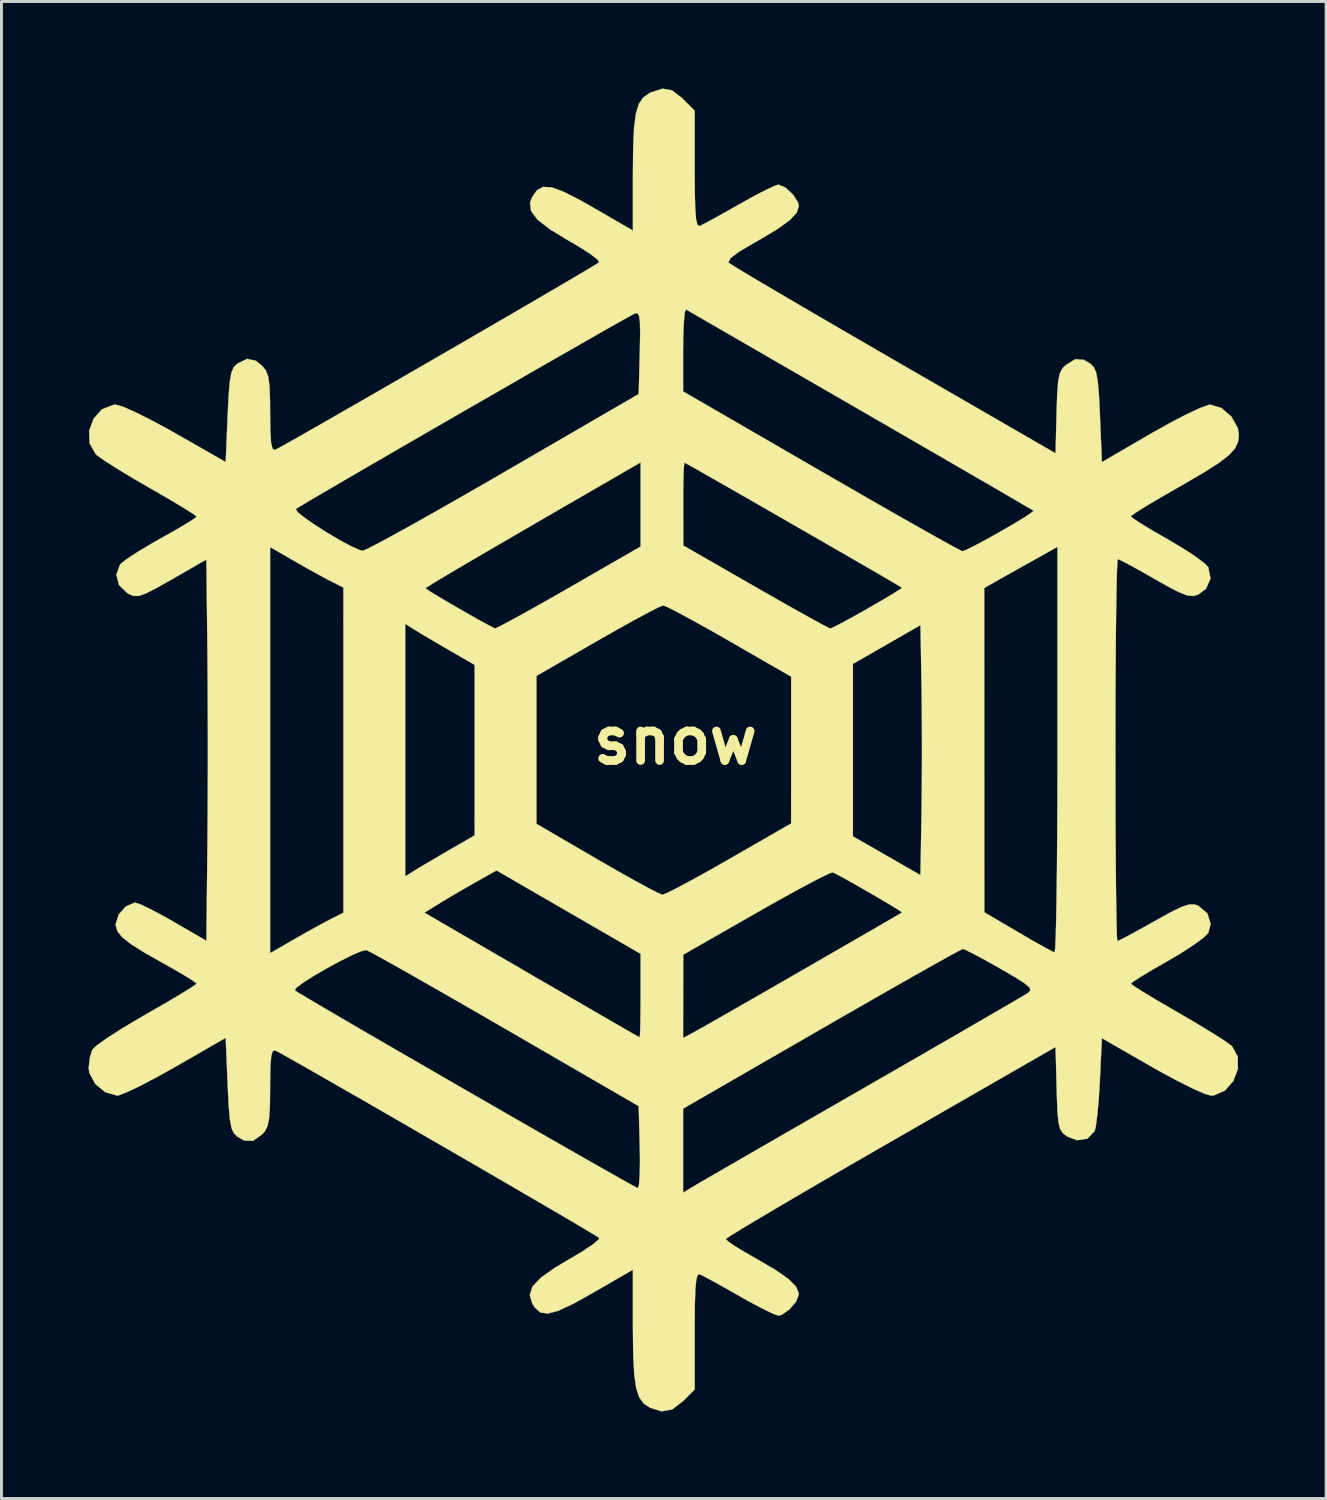
<source format=kicad_pcb>
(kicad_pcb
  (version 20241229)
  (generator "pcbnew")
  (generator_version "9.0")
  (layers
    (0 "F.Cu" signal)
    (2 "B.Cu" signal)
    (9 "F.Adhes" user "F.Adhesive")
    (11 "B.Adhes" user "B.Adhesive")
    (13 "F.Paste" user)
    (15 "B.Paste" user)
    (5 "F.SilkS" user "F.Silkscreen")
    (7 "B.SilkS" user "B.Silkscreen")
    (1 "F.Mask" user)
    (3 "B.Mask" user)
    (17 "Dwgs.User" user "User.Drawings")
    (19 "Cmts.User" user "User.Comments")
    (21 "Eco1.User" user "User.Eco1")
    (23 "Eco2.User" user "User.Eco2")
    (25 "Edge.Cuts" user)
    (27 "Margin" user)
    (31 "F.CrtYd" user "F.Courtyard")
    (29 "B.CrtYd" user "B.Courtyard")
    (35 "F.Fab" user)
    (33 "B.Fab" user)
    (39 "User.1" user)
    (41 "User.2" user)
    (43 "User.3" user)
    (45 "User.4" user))
  (footprint "snow"
    (layer "F.Cu")
    (at 20.219 22.462)
    (property "Reference" "snow" (at 0 0 0) (layer "F.SilkS") (effects (font (size 1.524 1.524) (thickness 0.3))))
    (attr through_hole)
    (fp_poly (pts (xy -0.123 -22.402) (xy 0.218 -22.143) (xy 0.276 -22.086) (xy 0.665 -21.697) (xy 0.665 -19.678) (xy 0.669 -18.881) (xy 0.685 -18.319) (xy 0.713 -17.959) (xy 0.758 -17.77) (xy 0.823 -17.721) (xy 0.838 -17.725) (xy 1.021 -17.816) (xy 1.376 -18.009) (xy 1.846 -18.272) (xy 2.195 -18.47) (xy 2.708 -18.755) (xy 3.145 -18.981) (xy 3.45 -19.12) (xy 3.552 -19.15) (xy 3.795 -19.047) (xy 4.054 -18.807) (xy 4.23 -18.534) (xy 4.255 -18.418) (xy 4.183 -18.189) (xy 3.946 -17.931) (xy 3.52 -17.622) (xy 2.878 -17.239) (xy 2.736 -17.16) (xy 2.203 -16.847) (xy 1.904 -16.623) (xy 1.829 -16.48) (xy 1.845 -16.454) (xy 1.985 -16.361) (xy 2.332 -16.15) (xy 2.864 -15.832) (xy 3.558 -15.423) (xy 4.39 -14.935) (xy 5.338 -14.382) (xy 6.379 -13.777) (xy 7.489 -13.134) (xy 7.541 -13.104) (xy 13.099 -9.893) (xy 13.134 -11.296) (xy 13.155 -11.937) (xy 13.189 -12.368) (xy 13.245 -12.643) (xy 13.335 -12.819) (xy 13.448 -12.933) (xy 13.778 -13.136) (xy 14.074 -13.114) (xy 14.304 -12.977) (xy 14.416 -12.863) (xy 14.496 -12.683) (xy 14.551 -12.387) (xy 14.592 -11.927) (xy 14.626 -11.253) (xy 14.628 -11.189) (xy 14.695 -9.59) (xy 16.398 -10.58) (xy 17.025 -10.932) (xy 17.595 -11.228) (xy 18.058 -11.446) (xy 18.365 -11.559) (xy 18.432 -11.57) (xy 18.816 -11.452) (xy 19.158 -11.157) (xy 19.377 -10.768) (xy 19.416 -10.537) (xy 19.387 -10.291) (xy 19.282 -10.064) (xy 19.068 -9.828) (xy 18.715 -9.557) (xy 18.192 -9.224) (xy 17.469 -8.802) (xy 17.305 -8.709) (xy 16.723 -8.374) (xy 16.234 -8.084) (xy 15.881 -7.863) (xy 15.704 -7.737) (xy 15.692 -7.721) (xy 15.801 -7.63) (xy 16.095 -7.44) (xy 16.528 -7.181) (xy 16.958 -6.934) (xy 17.49 -6.619) (xy 17.939 -6.324) (xy 18.251 -6.085) (xy 18.362 -5.965) (xy 18.437 -5.58) (xy 18.282 -5.228) (xy 18.013 -5.026) (xy 17.839 -4.976) (xy 17.632 -4.999) (xy 17.341 -5.113) (xy 16.913 -5.337) (xy 16.511 -5.566) (xy 16.01 -5.851) (xy 15.596 -6.078) (xy 15.323 -6.218) (xy 15.243 -6.25) (xy 15.227 -6.121) (xy 15.211 -5.752) (xy 15.198 -5.167) (xy 15.185 -4.392) (xy 15.175 -3.453) (xy 15.168 -2.374) (xy 15.162 -1.181) (xy 15.16 0.101) (xy 15.16 0.332) (xy 15.162 1.627) (xy 15.165 2.838) (xy 15.171 3.939) (xy 15.179 4.904) (xy 15.189 5.71) (xy 15.2 6.33) (xy 15.212 6.739) (xy 15.225 6.911) (xy 15.228 6.915) (xy 15.364 6.853) (xy 15.68 6.687) (xy 16.123 6.443) (xy 16.497 6.232) (xy 17.056 5.922) (xy 17.441 5.734) (xy 17.703 5.65) (xy 17.895 5.651) (xy 18.014 5.692) (xy 18.33 5.956) (xy 18.441 6.322) (xy 18.362 6.63) (xy 18.194 6.798) (xy 17.845 7.053) (xy 17.372 7.357) (xy 16.958 7.599) (xy 16.447 7.893) (xy 16.035 8.14) (xy 15.769 8.313) (xy 15.694 8.378) (xy 15.803 8.464) (xy 16.103 8.656) (xy 16.552 8.927) (xy 17.108 9.252) (xy 17.322 9.375) (xy 17.931 9.731) (xy 18.472 10.059) (xy 18.894 10.329) (xy 19.148 10.509) (xy 19.182 10.539) (xy 19.377 10.898) (xy 19.379 11.322) (xy 19.221 11.736) (xy 18.934 12.063) (xy 18.552 12.228) (xy 18.451 12.235) (xy 18.229 12.17) (xy 17.827 11.993) (xy 17.297 11.728) (xy 16.686 11.398) (xy 16.417 11.246) (xy 14.695 10.256) (xy 14.624 11.744) (xy 14.586 12.366) (xy 14.537 12.905) (xy 14.486 13.295) (xy 14.445 13.46) (xy 14.197 13.717) (xy 13.839 13.773) (xy 13.496 13.642) (xy 13.353 13.532) (xy 13.258 13.389) (xy 13.199 13.16) (xy 13.165 12.791) (xy 13.143 12.227) (xy 13.137 11.995) (xy 13.099 10.56) (xy 7.42 13.824) (xy 6.299 14.47) (xy 5.251 15.077) (xy 4.299 15.632) (xy 3.464 16.123) (xy 2.768 16.535) (xy 2.234 16.857) (xy 1.883 17.074) (xy 1.738 17.175) (xy 1.735 17.179) (xy 1.841 17.279) (xy 2.128 17.47) (xy 2.545 17.718) (xy 2.747 17.831) (xy 3.43 18.229) (xy 3.891 18.55) (xy 4.157 18.816) (xy 4.254 19.05) (xy 4.255 19.083) (xy 4.157 19.336) (xy 3.926 19.605) (xy 3.663 19.788) (xy 3.552 19.815) (xy 3.37 19.752) (xy 3.016 19.582) (xy 2.548 19.334) (xy 2.195 19.135) (xy 1.681 18.843) (xy 1.242 18.6) (xy 0.938 18.438) (xy 0.838 18.39) (xy 0.769 18.415) (xy 0.721 18.574) (xy 0.689 18.898) (xy 0.671 19.419) (xy 0.665 20.167) (xy 0.665 20.343) (xy 0.665 22.362) (xy 0.276 22.751) (xy -0.111 23.049) (xy -0.487 23.113) (xy -0.882 22.984) (xy -1.092 22.844) (xy -1.246 22.63) (xy -1.352 22.306) (xy -1.418 21.833) (xy -1.452 21.173) (xy -1.463 20.288) (xy -1.463 20.215) (xy -1.463 18.233) (xy -2.85 19.036) (xy -3.533 19.416) (xy -4.036 19.65) (xy -4.396 19.744) (xy -4.652 19.706) (xy -4.841 19.54) (xy -4.934 19.39) (xy -5.015 19.1) (xy -4.921 18.813) (xy -4.633 18.506) (xy -4.128 18.152) (xy -3.667 17.88) (xy -3.195 17.6) (xy -2.839 17.361) (xy -2.644 17.193) (xy -2.625 17.138) (xy -2.757 17.053) (xy -3.093 16.851) (xy -3.604 16.549) (xy -4.263 16.162) (xy -5.043 15.707) (xy -5.916 15.199) (xy -6.854 14.654) (xy -7.831 14.088) (xy -8.818 13.517) (xy -9.788 12.957) (xy -10.713 12.423) (xy -11.567 11.933) (xy -12.321 11.501) (xy -12.948 11.144) (xy -13.42 10.877) (xy -13.71 10.717) (xy -13.789 10.677) (xy -13.871 10.702) (xy -13.924 10.874) (xy -13.953 11.232) (xy -13.963 11.811) (xy -13.963 11.954) (xy -13.97 12.585) (xy -13.996 13.009) (xy -14.051 13.283) (xy -14.144 13.467) (xy -14.229 13.564) (xy -14.551 13.795) (xy -14.862 13.782) (xy -15.102 13.642) (xy -15.214 13.529) (xy -15.293 13.349) (xy -15.349 13.054) (xy -15.389 12.595) (xy -15.423 11.923) (xy -15.426 11.849) (xy -15.493 10.244) (xy -17.221 11.239) (xy -17.849 11.59) (xy -18.414 11.887) (xy -18.869 12.105) (xy -19.164 12.222) (xy -19.232 12.235) (xy -19.639 12.12) (xy -19.987 11.832) (xy -20.191 11.452) (xy -20.214 11.285) (xy -20.171 10.911) (xy -20.086 10.649) (xy -19.93 10.502) (xy -19.584 10.257) (xy -19.095 9.942) (xy -18.506 9.588) (xy -18.227 9.428) (xy -17.623 9.081) (xy -17.111 8.778) (xy -16.833 8.608) (xy -13.113 8.608) (xy -12.98 8.694) (xy -12.643 8.896) (xy -12.131 9.198) (xy -11.469 9.586) (xy -10.683 10.044) (xy -9.801 10.556) (xy -8.849 11.107) (xy -7.853 11.683) (xy -6.84 12.267) (xy -5.837 12.844) (xy -4.87 13.4) (xy -3.965 13.918) (xy -3.149 14.384) (xy -2.449 14.782) (xy -1.891 15.097) (xy -1.502 15.314) (xy -1.308 15.416) (xy -1.292 15.423) (xy -1.253 15.301) (xy -1.228 14.967) (xy -1.219 14.476) (xy -1.226 14.013) (xy -1.261 12.684) (xy 0.266 12.684) (xy 0.266 15.581) (xy 0.698 15.32) (xy 0.9 15.202) (xy 1.307 14.965) (xy 1.895 14.625) (xy 2.638 14.196) (xy 3.512 13.693) (xy 4.49 13.129) (xy 5.55 12.519) (xy 6.516 11.963) (xy 7.616 11.33) (xy 8.651 10.733) (xy 9.597 10.187) (xy 10.429 9.706) (xy 11.124 9.302) (xy 11.658 8.991) (xy 12.007 8.786) (xy 12.143 8.703) (xy 12.229 8.617) (xy 12.205 8.515) (xy 12.038 8.37) (xy 11.699 8.153) (xy 11.197 7.861) (xy 10.692 7.577) (xy 10.272 7.352) (xy 9.991 7.212) (xy 9.906 7.181) (xy 9.773 7.246) (xy 9.433 7.429) (xy 8.913 7.719) (xy 8.237 8.1) (xy 7.429 8.559) (xy 6.515 9.082) (xy 5.517 9.655) (xy 5.035 9.933) (xy 0.266 12.684) (xy -1.261 12.684) (xy -1.263 12.599) (xy -5.317 10.249) (xy 0.266 10.249) (xy 0.565 10.093) (xy 0.753 9.988) (xy 1.141 9.769) (xy 1.695 9.453) (xy 2.385 9.058) (xy 3.18 8.602) (xy 4.048 8.102) (xy 4.322 7.945) (xy 5.19 7.444) (xy 5.98 6.988) (xy 6.665 6.593) (xy 7.214 6.275) (xy 7.6 6.05) (xy 7.794 5.936) (xy 7.812 5.925) (xy 7.717 5.856) (xy 7.448 5.69) (xy 7.062 5.461) (xy 6.617 5.202) (xy 6.17 4.947) (xy 5.78 4.729) (xy 5.503 4.581) (xy 5.422 4.542) (xy 5.28 4.592) (xy 4.942 4.757) (xy 4.444 5.019) (xy 3.82 5.36) (xy 3.106 5.76) (xy 2.791 5.939) (xy 0.27 7.381) (xy 0.266 10.249) (xy -5.317 10.249) (xy -5.851 9.939) (xy -6.863 9.355) (xy -7.807 8.812) (xy -8.659 8.325) (xy -9.392 7.909) (xy -9.98 7.578) (xy -10.398 7.348) (xy -10.62 7.232) (xy -10.645 7.222) (xy -10.823 7.26) (xy -11.15 7.4) (xy -11.571 7.611) (xy -12.03 7.861) (xy -12.469 8.117) (xy -12.833 8.349) (xy -13.064 8.524) (xy -13.113 8.608) (xy -16.833 8.608) (xy -16.73 8.545) (xy -16.522 8.405) (xy -16.495 8.378) (xy -16.603 8.289) (xy -16.894 8.106) (xy -17.316 7.86) (xy -17.578 7.713) (xy -18.255 7.33) (xy -13.963 7.33) (xy -13.132 6.849) (xy -12.645 6.572) (xy -12.184 6.319) (xy -11.869 6.152) (xy -11.437 5.935) (xy -11.437 5.932) (xy -8.646 5.932) (xy -4.955 8.078) (xy -4.058 8.598) (xy -3.238 9.074) (xy -2.522 9.489) (xy -1.937 9.827) (xy -1.511 10.072) (xy -1.272 10.208) (xy -1.23 10.231) (xy -1.217 10.111) (xy -1.206 9.778) (xy -1.199 9.287) (xy -1.197 8.795) (xy -1.197 7.35) (xy -3.679 5.914) (xy -6.16 4.478) (xy -6.837 4.856) (xy -7.341 5.143) (xy -7.858 5.448) (xy -8.08 5.583) (xy -8.646 5.932) (xy -11.437 5.932) (xy -11.437 4.685) (xy -9.309 4.685) (xy -9.01 4.496) (xy -8.75 4.338) (xy -8.342 4.096) (xy -7.869 3.821) (xy -7.813 3.788) (xy -6.915 3.269) (xy -6.915 -2.224) (xy -4.787 -2.224) (xy -4.787 2.872) (xy -2.693 4.092) (xy -2.016 4.482) (xy -1.412 4.821) (xy -0.922 5.087) (xy -0.585 5.259) (xy -0.443 5.316) (xy -0.283 5.253) (xy 0.067 5.077) (xy 0.569 4.809) (xy 1.183 4.469) (xy 1.851 4.089) (xy 3.988 2.859) (xy 3.989 0.33) (xy 3.99 -2.199) (xy 3.227 -2.638) (xy 6.117 -2.638) (xy 6.117 3.303) (xy 7.281 3.971) (xy 8.445 4.64) (xy 8.481 2.444) (xy 8.492 1.475) (xy 8.496 0.378) (xy 8.493 -0.722) (xy 8.484 -1.703) (xy 8.481 -1.863) (xy 8.445 -3.975) (xy 7.281 -3.306) (xy 6.117 -2.638) (xy 3.227 -2.638) (xy 1.859 -3.426) (xy 1.175 -3.816) (xy 0.567 -4.154) (xy 0.071 -4.421) (xy -0.271 -4.595) (xy -0.42 -4.654) (xy -0.578 -4.591) (xy -0.925 -4.414) (xy -1.424 -4.145) (xy -2.035 -3.805) (xy -2.678 -3.439) (xy -4.787 -2.224) (xy -6.915 -2.224) (xy -6.915 -2.604) (xy -7.813 -3.123) (xy -8.288 -3.4) (xy -8.708 -3.648) (xy -8.989 -3.818) (xy -9.01 -3.831) (xy -9.309 -4.02) (xy -9.309 4.685) (xy -11.437 4.685) (xy -11.437 -5.241) (xy -8.609 -5.241) (xy -8.46 -5.14) (xy -8.147 -4.949) (xy -7.731 -4.703) (xy -7.272 -4.438) (xy -6.831 -4.188) (xy -6.47 -3.989) (xy -6.249 -3.875) (xy -6.211 -3.861) (xy -6.07 -3.923) (xy -5.733 -4.1) (xy -5.237 -4.371) (xy -4.617 -4.718) (xy -3.908 -5.121) (xy -3.651 -5.269) (xy -1.197 -6.681) (xy -1.197 -8.145) (xy 0.27 -8.145) (xy 0.274 -6.716) (xy 2.763 -5.287) (xy 3.499 -4.867) (xy 4.156 -4.496) (xy 4.701 -4.192) (xy 5.097 -3.976) (xy 5.312 -3.867) (xy 5.338 -3.857) (xy 5.483 -3.919) (xy 5.805 -4.087) (xy 6.252 -4.333) (xy 6.631 -4.547) (xy 7.125 -4.833) (xy 7.515 -5.066) (xy 7.755 -5.219) (xy 7.797 -5.253) (xy 10.64 -5.253) (xy 10.642 0.332) (xy 10.643 5.918) (xy 11.805 6.603) (xy 12.302 6.892) (xy 12.714 7.123) (xy 12.987 7.268) (xy 13.066 7.301) (xy 13.085 7.175) (xy 13.103 6.807) (xy 13.119 6.222) (xy 13.133 5.445) (xy 13.146 4.499) (xy 13.155 3.411) (xy 13.162 2.203) (xy 13.165 0.9) (xy 13.165 0.321) (xy 13.165 -6.672) (xy 12.279 -6.176) (xy 11.79 -5.902) (xy 11.342 -5.651) (xy 11.028 -5.473) (xy 11.017 -5.467) (xy 10.64 -5.253) (xy 7.797 -5.253) (xy 7.809 -5.263) (xy 7.681 -5.341) (xy 7.358 -5.53) (xy 6.873 -5.813) (xy 6.258 -6.169) (xy 5.547 -6.579) (xy 4.774 -7.025) (xy 3.971 -7.487) (xy 3.172 -7.946) (xy 2.41 -8.384) (xy 1.718 -8.78) (xy 1.129 -9.116) (xy 0.676 -9.373) (xy 0.394 -9.532) (xy 0.312 -9.575) (xy 0.294 -9.451) (xy 0.28 -9.115) (xy 0.271 -8.622) (xy 0.27 -8.145) (xy -1.197 -8.145) (xy -1.197 -9.58) (xy -1.835 -9.212) (xy -3.402 -8.306) (xy -4.746 -7.527) (xy -5.876 -6.871) (xy -6.799 -6.333) (xy -7.523 -5.907) (xy -8.056 -5.591) (xy -8.407 -5.378) (xy -8.584 -5.264) (xy -8.609 -5.241) (xy -11.437 -5.241) (xy -11.437 -5.27) (xy -11.869 -5.487) (xy -12.209 -5.667) (xy -12.673 -5.923) (xy -13.132 -6.184) (xy -13.963 -6.665) (xy -13.963 7.33) (xy -18.255 7.33) (xy -18.265 7.324) (xy -18.745 7.024) (xy -19.052 6.785) (xy -19.219 6.581) (xy -19.28 6.384) (xy -19.283 6.328) (xy -19.18 5.998) (xy -18.933 5.718) (xy -18.635 5.589) (xy -18.607 5.588) (xy -18.417 5.653) (xy -18.058 5.825) (xy -17.59 6.075) (xy -17.288 6.247) (xy -16.158 6.902) (xy -16.122 3.575) (xy -16.113 2.397) (xy -16.108 1.065) (xy -16.108 -0.319) (xy -16.112 -1.655) (xy -16.12 -2.841) (xy -16.122 -2.994) (xy -16.158 -6.235) (xy -17.342 -5.555) (xy -17.88 -5.251) (xy -18.244 -5.065) (xy -18.487 -4.98) (xy -18.665 -4.979) (xy -18.829 -5.046) (xy -18.871 -5.069) (xy -19.167 -5.353) (xy -19.261 -5.711) (xy -19.132 -6.058) (xy -19.101 -6.095) (xy -18.902 -6.251) (xy -18.529 -6.494) (xy -18.042 -6.786) (xy -17.696 -6.982) (xy -17.198 -7.263) (xy -16.8 -7.5) (xy -16.552 -7.66) (xy -16.493 -7.713) (xy -16.602 -7.799) (xy -16.877 -7.974) (xy -13.078 -7.974) (xy -13.02 -7.873) (xy -12.783 -7.68) (xy -12.424 -7.431) (xy -11.997 -7.159) (xy -11.56 -6.9) (xy -11.167 -6.689) (xy -10.874 -6.559) (xy -10.772 -6.535) (xy -10.617 -6.599) (xy -10.258 -6.784) (xy -9.72 -7.074) (xy -9.03 -7.456) (xy -8.212 -7.917) (xy -7.292 -8.441) (xy -6.296 -9.014) (xy -5.918 -9.233) (xy -1.263 -11.936) (xy -1.225 -13.365) (xy -1.224 -13.468) (xy 0.266 -13.468) (xy 0.266 -12.026) (xy 5.02 -9.274) (xy 6.046 -8.682) (xy 7.001 -8.133) (xy 7.861 -7.642) (xy 8.602 -7.223) (xy 9.198 -6.889) (xy 9.624 -6.654) (xy 9.857 -6.533) (xy 9.892 -6.519) (xy 10.05 -6.58) (xy 10.383 -6.748) (xy 10.837 -6.993) (xy 11.196 -7.196) (xy 11.684 -7.48) (xy 12.066 -7.714) (xy 12.296 -7.869) (xy 12.342 -7.915) (xy 12.222 -7.987) (xy 11.894 -8.179) (xy 11.379 -8.48) (xy 10.698 -8.875) (xy 9.874 -9.353) (xy 8.928 -9.901) (xy 7.883 -10.506) (xy 6.758 -11.156) (xy 6.383 -11.373) (xy 5.236 -12.036) (xy 4.159 -12.658) (xy 3.172 -13.228) (xy 2.3 -13.733) (xy 1.562 -14.159) (xy 0.983 -14.494) (xy 0.582 -14.725) (xy 0.383 -14.841) (xy 0.366 -14.851) (xy 0.326 -14.752) (xy 0.293 -14.438) (xy 0.272 -13.96) (xy 0.266 -13.468) (xy -1.224 -13.468) (xy -1.214 -14.002) (xy -1.221 -14.414) (xy -1.254 -14.642) (xy -1.315 -14.726) (xy -1.38 -14.719) (xy -1.533 -14.639) (xy -1.888 -14.441) (xy -2.417 -14.142) (xy -3.095 -13.756) (xy -3.893 -13.299) (xy -4.786 -12.788) (xy -5.745 -12.236) (xy -6.744 -11.661) (xy -7.756 -11.078) (xy -8.754 -10.501) (xy -9.711 -9.947) (xy -10.6 -9.432) (xy -11.394 -8.97) (xy -12.065 -8.578) (xy -12.588 -8.271) (xy -12.934 -8.065) (xy -13.077 -7.975) (xy -13.078 -7.974) (xy -16.877 -7.974) (xy -16.901 -7.99) (xy -17.349 -8.259) (xy -17.905 -8.582) (xy -18.108 -8.698) (xy -18.717 -9.052) (xy -19.259 -9.38) (xy -19.683 -9.651) (xy -19.937 -9.833) (xy -19.969 -9.862) (xy -20.182 -10.237) (xy -20.197 -10.67) (xy -20.045 -11.086) (xy -19.756 -11.409) (xy -19.36 -11.564) (xy -19.274 -11.569) (xy -19.047 -11.505) (xy -18.642 -11.328) (xy -18.108 -11.063) (xy -17.494 -10.734) (xy -17.221 -10.58) (xy -15.493 -9.592) (xy -15.426 -11.191) (xy -15.392 -11.883) (xy -15.353 -12.358) (xy -15.299 -12.665) (xy -15.221 -12.853) (xy -15.112 -12.97) (xy -15.102 -12.977) (xy -14.755 -13.148) (xy -14.449 -13.08) (xy -14.229 -12.899) (xy -14.106 -12.743) (xy -14.027 -12.533) (xy -13.984 -12.212) (xy -13.966 -11.721) (xy -13.963 -11.289) (xy -13.956 -10.66) (xy -13.93 -10.261) (xy -13.882 -10.055) (xy -13.805 -10.007) (xy -13.791 -10.012) (xy -13.637 -10.093) (xy -13.282 -10.29) (xy -12.755 -10.59) (xy -12.083 -10.974) (xy -11.292 -11.427) (xy -10.411 -11.934) (xy -9.468 -12.478) (xy -8.489 -13.044) (xy -7.502 -13.615) (xy -6.535 -14.176) (xy -5.615 -14.711) (xy -4.77 -15.203) (xy -4.028 -15.637) (xy -3.415 -15.998) (xy -2.959 -16.268) (xy -2.689 -16.432) (xy -2.625 -16.474) (xy -2.689 -16.576) (xy -2.943 -16.771) (xy -3.344 -17.027) (xy -3.667 -17.215) (xy -4.325 -17.614) (xy -4.754 -17.949) (xy -4.974 -18.247) (xy -5.006 -18.532) (xy -4.934 -18.725) (xy -4.767 -18.96) (xy -4.554 -19.073) (xy -4.259 -19.056) (xy -3.843 -18.903) (xy -3.268 -18.608) (xy -2.85 -18.371) (xy -1.463 -17.568) (xy -1.463 -19.55) (xy -1.454 -20.448) (xy -1.423 -21.12) (xy -1.359 -21.603) (xy -1.256 -21.935) (xy -1.104 -22.155) (xy -0.895 -22.302) (xy -0.843 -22.327) (xy -0.444 -22.457) (xy -0.123 -22.402)) (stroke (width 0.01) (type solid)) (fill yes) (layer "F.SilkS")))
  (gr_rect
    (start -3 -3)
    (end 42.639 48.58)
    (stroke (width 0.1) (type default))
    (fill no)
    (layer "Edge.Cuts")))
</source>
